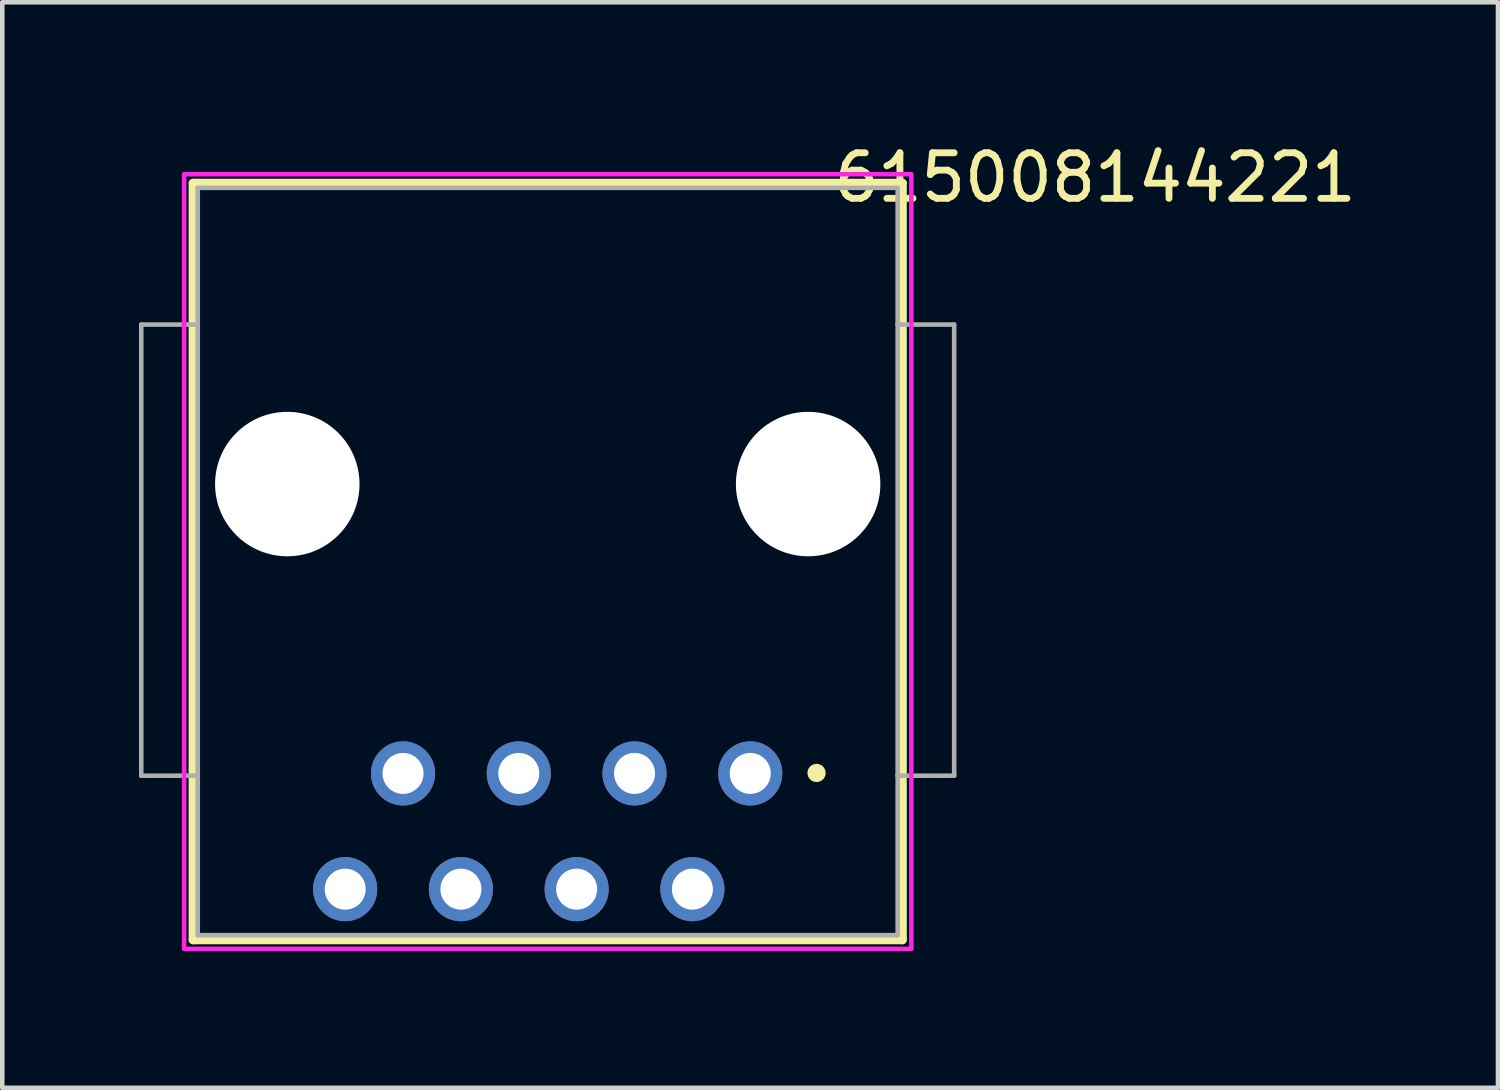
<source format=kicad_pcb>
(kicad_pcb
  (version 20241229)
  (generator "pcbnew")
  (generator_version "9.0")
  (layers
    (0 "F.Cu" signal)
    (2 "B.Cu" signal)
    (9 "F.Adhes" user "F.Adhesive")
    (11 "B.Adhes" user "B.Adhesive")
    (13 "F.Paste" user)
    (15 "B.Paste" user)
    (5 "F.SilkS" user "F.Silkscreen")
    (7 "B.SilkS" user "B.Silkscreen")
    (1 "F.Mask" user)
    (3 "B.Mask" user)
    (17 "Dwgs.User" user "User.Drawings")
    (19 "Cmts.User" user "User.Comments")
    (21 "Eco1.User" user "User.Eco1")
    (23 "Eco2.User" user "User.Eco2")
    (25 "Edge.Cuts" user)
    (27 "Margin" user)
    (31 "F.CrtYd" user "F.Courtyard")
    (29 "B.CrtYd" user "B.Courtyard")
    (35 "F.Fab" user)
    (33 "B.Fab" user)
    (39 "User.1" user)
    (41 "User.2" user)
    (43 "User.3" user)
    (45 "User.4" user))
  (footprint "615008144221"
    (layer "F.Cu")
    (at 8.97 9.273)
    (property "Reference" "615008144221" (at 12.015 -8.425 0) (layer "F.SilkS") (effects (font (size 1 1) (thickness 0.15))))
    (attr through_hole)
    (fp_line (start -7.78 -8.3) (end 7.78 -8.3) (stroke (width 0.2) (type solid)) (layer "F.SilkS"))
    (fp_line (start -7.78 8.3) (end -7.78 -8.3) (stroke (width 0.2) (type solid)) (layer "F.SilkS"))
    (fp_line (start 7.78 -8.3) (end 7.78 8.3) (stroke (width 0.2) (type solid)) (layer "F.SilkS"))
    (fp_line (start 7.78 8.3) (end -7.78 8.3) (stroke (width 0.2) (type solid)) (layer "F.SilkS"))
    (fp_circle (center 5.9 4.64) (end 6 4.64) (stroke (width 0.2) (type solid)) (fill no) (layer "F.SilkS"))
    (fp_poly (pts (xy -7.98 -8.5) (xy 7.98 -8.5) (xy 7.98 8.5) (xy -7.98 8.5)) (stroke (width 0.1) (type solid)) (fill no) (layer "F.CrtYd"))
    (fp_line (start -8.92 -5.2) (end -8.92 4.7) (stroke (width 0.1) (type solid)) (layer "F.Fab"))
    (fp_line (start -8.92 4.7) (end -7.68 4.7) (stroke (width 0.1) (type solid)) (layer "F.Fab"))
    (fp_line (start -7.68 -8.2) (end 7.68 -8.2) (stroke (width 0.1) (type solid)) (layer "F.Fab"))
    (fp_line (start -7.68 -5.2) (end -8.92 -5.2) (stroke (width 0.1) (type solid)) (layer "F.Fab"))
    (fp_line (start -7.68 -5.2) (end -7.68 -8.2) (stroke (width 0.1) (type solid)) (layer "F.Fab"))
    (fp_line (start -7.68 4.7) (end -7.68 -5.2) (stroke (width 0.1) (type solid)) (layer "F.Fab"))
    (fp_line (start -7.68 8.2) (end -7.68 4.7) (stroke (width 0.1) (type solid)) (layer "F.Fab"))
    (fp_line (start 7.68 -8.2) (end 7.68 -5.2) (stroke (width 0.1) (type solid)) (layer "F.Fab"))
    (fp_line (start 7.68 -5.2) (end 7.68 4.7) (stroke (width 0.1) (type solid)) (layer "F.Fab"))
    (fp_line (start 7.68 -5.2) (end 8.92 -5.2) (stroke (width 0.1) (type solid)) (layer "F.Fab"))
    (fp_line (start 7.68 4.7) (end 7.68 8.2) (stroke (width 0.1) (type solid)) (layer "F.Fab"))
    (fp_line (start 7.68 8.2) (end -7.68 8.2) (stroke (width 0.1) (type solid)) (layer "F.Fab"))
    (fp_line (start 8.92 -5.2) (end 8.92 4.7) (stroke (width 0.1) (type solid)) (layer "F.Fab"))
    (fp_line (start 8.92 4.7) (end 7.68 4.7) (stroke (width 0.1) (type solid)) (layer "F.Fab"))
    (pad "" np_thru_hole circle (at -5.715 -1.7) (size 3.17 3.17) (drill 3.17) (layers "*.Cu" "*.Mask"))
    (pad "" np_thru_hole circle (at 5.715 -1.7) (size 3.17 3.17) (drill 3.17) (layers "*.Cu" "*.Mask"))
    (pad "1" thru_hole circle (at 4.445 4.65) (size 1.408 1.408) (drill 0.9) (layers "*.Cu" "*.Mask"))
    (pad "2" thru_hole circle (at 3.175 7.19) (size 1.408 1.408) (drill 0.9) (layers "*.Cu" "*.Mask"))
    (pad "3" thru_hole circle (at 1.905 4.65) (size 1.408 1.408) (drill 0.9) (layers "*.Cu" "*.Mask"))
    (pad "4" thru_hole circle (at 0.635 7.19) (size 1.408 1.408) (drill 0.9) (layers "*.Cu" "*.Mask"))
    (pad "5" thru_hole circle (at -0.635 4.65) (size 1.408 1.408) (drill 0.9) (layers "*.Cu" "*.Mask"))
    (pad "6" thru_hole circle (at -1.905 7.19) (size 1.408 1.408) (drill 0.9) (layers "*.Cu" "*.Mask"))
    (pad "7" thru_hole circle (at -3.175 4.65) (size 1.408 1.408) (drill 0.9) (layers "*.Cu" "*.Mask"))
    (pad "8" thru_hole circle (at -4.445 7.19) (size 1.408 1.408) (drill 0.9) (layers "*.Cu" "*.Mask")))
  (gr_rect
    (start -3 -3)
    (end 29.824 20.823)
    (stroke (width 0.1) (type default))
    (fill no)
    (layer "Edge.Cuts")))
</source>
